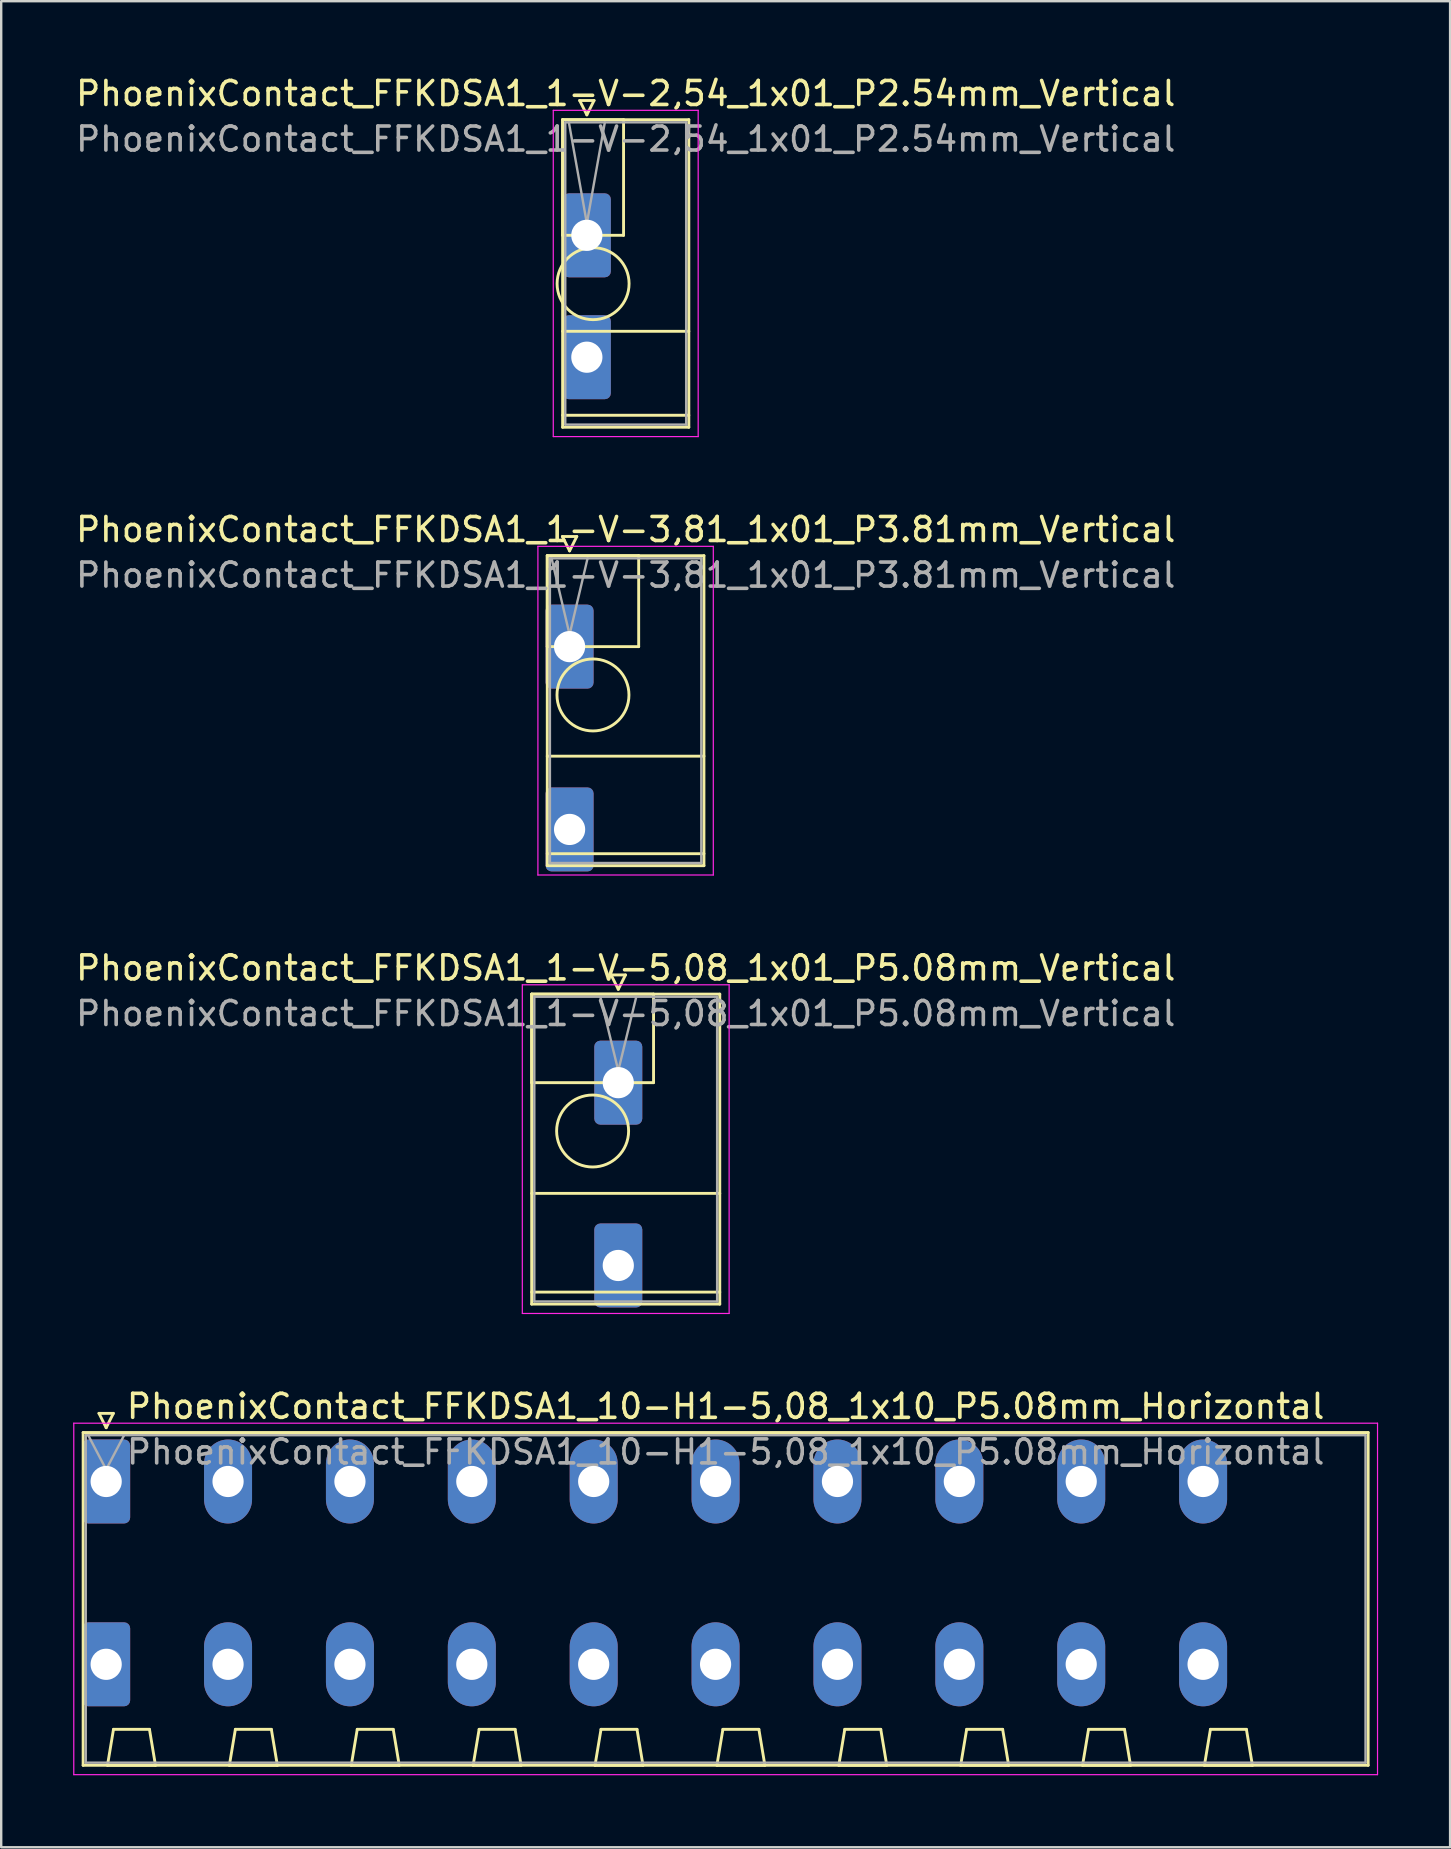
<source format=kicad_pcb>
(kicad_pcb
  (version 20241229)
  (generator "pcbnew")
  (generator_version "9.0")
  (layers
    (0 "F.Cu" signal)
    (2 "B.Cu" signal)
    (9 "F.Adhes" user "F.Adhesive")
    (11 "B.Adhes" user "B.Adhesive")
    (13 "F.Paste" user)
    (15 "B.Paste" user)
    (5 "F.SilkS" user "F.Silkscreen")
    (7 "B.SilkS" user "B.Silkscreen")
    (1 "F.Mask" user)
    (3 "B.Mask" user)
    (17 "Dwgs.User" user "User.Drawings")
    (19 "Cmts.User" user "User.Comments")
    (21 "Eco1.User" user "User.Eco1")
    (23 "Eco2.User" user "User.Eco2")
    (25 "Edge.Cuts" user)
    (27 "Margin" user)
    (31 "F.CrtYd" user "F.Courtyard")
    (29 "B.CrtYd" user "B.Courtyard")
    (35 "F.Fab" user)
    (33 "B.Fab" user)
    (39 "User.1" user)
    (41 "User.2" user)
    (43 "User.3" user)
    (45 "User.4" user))
  (footprint "PhoenixContact_FFKDSA1_1-V-3,81_1x01_P3.81mm_Vertical"
    (layer "F.Cu")
    (at 20.69 23.901)
    (property "Reference" "PhoenixContact_FFKDSA1_1-V-3,81_1x01_P3.81mm_Vertical" (at 2.34 -4.88 0) (layer "F.SilkS") (effects (font (size 1 1) (thickness 0.15))))
    (attr through_hole)
    (fp_line (start -0.93 -3.79) (end -0.93 0) (stroke (width 0.12) (type solid)) (layer "F.SilkS"))
    (fp_line (start -0.93 -3.79) (end -0.93 9.13) (stroke (width 0.12) (type solid)) (layer "F.SilkS"))
    (fp_line (start -0.93 0) (end 2.88 0) (stroke (width 0.12) (type solid)) (layer "F.SilkS"))
    (fp_line (start -0.93 4.565) (end 5.6 4.565) (stroke (width 0.12) (type solid)) (layer "F.SilkS"))
    (fp_line (start -0.93 8.63) (end 5.6 8.63) (stroke (width 0.12) (type solid)) (layer "F.SilkS"))
    (fp_line (start -0.93 9.13) (end 5.6 9.13) (stroke (width 0.12) (type solid)) (layer "F.SilkS"))
    (fp_line (start -0.3 -4.59) (end 0.3 -4.59) (stroke (width 0.12) (type solid)) (layer "F.SilkS"))
    (fp_line (start 0 -3.99) (end -0.3 -4.59) (stroke (width 0.12) (type solid)) (layer "F.SilkS"))
    (fp_line (start 0.3 -4.59) (end 0 -3.99) (stroke (width 0.12) (type solid)) (layer "F.SilkS"))
    (fp_line (start 2.88 -3.79) (end -0.93 -3.79) (stroke (width 0.12) (type solid)) (layer "F.SilkS"))
    (fp_line (start 2.88 0) (end 2.88 -3.79) (stroke (width 0.12) (type solid)) (layer "F.SilkS"))
    (fp_line (start 5.6 -3.79) (end -0.93 -3.79) (stroke (width 0.12) (type solid)) (layer "F.SilkS"))
    (fp_line (start 5.6 9.13) (end 5.6 -3.79) (stroke (width 0.12) (type solid)) (layer "F.SilkS"))
    (fp_circle (center 0.975 2.015) (end 2.475 2.015) (stroke (width 0.12) (type solid)) (fill no) (layer "F.SilkS"))
    (fp_line (start -1.32 -4.18) (end -1.32 9.52) (stroke (width 0.05) (type solid)) (layer "F.CrtYd"))
    (fp_line (start -1.32 9.52) (end 5.99 9.52) (stroke (width 0.05) (type solid)) (layer "F.CrtYd"))
    (fp_line (start 5.99 -4.18) (end -1.32 -4.18) (stroke (width 0.05) (type solid)) (layer "F.CrtYd"))
    (fp_line (start 5.99 9.52) (end 5.99 -4.18) (stroke (width 0.05) (type solid)) (layer "F.CrtYd"))
    (fp_line (start -0.82 -3.68) (end -0.82 9.02) (stroke (width 0.1) (type solid)) (layer "F.Fab"))
    (fp_line (start -0.82 9.02) (end 5.49 9.02) (stroke (width 0.1) (type solid)) (layer "F.Fab"))
    (fp_line (start 0 -0.5) (end -0.75 -3.68) (stroke (width 0.1) (type solid)) (layer "F.Fab"))
    (fp_line (start 0.75 -3.68) (end 0 -0.5) (stroke (width 0.1) (type solid)) (layer "F.Fab"))
    (fp_line (start 5.49 -3.68) (end -0.82 -3.68) (stroke (width 0.1) (type solid)) (layer "F.Fab"))
    (fp_line (start 5.49 9.02) (end 5.49 -3.68) (stroke (width 0.1) (type solid)) (layer "F.Fab"))
    (fp_text user "${REFERENCE}" (at 2.34 -2.98 0) (layer "F.Fab") (effects (font (size 1 1) (thickness 0.15))))
    (pad "1" thru_hole roundrect (at 0 0) (size 2 3.5) (drill 1.3) (layers "*.Cu" "*.Mask") (roundrect_rratio 0.125))
    (pad "1" thru_hole roundrect (at 0 7.62) (size 2 3.5) (drill 1.3) (layers "*.Cu" "*.Mask") (roundrect_rratio 0.125)))
  (footprint "PhoenixContact_FFKDSA1_10-H1-5,08_1x10_P5.08mm_Horizontal"
    (layer "F.Cu")
    (at 1.375 58.698)
    (property "Reference" "PhoenixContact_FFKDSA1_10-H1-5,08_1x10_P5.08mm_Horizontal" (at 25.82 -3.13 0) (layer "F.SilkS") (effects (font (size 1 1) (thickness 0.15))))
    (attr through_hole)
    (fp_line (start -0.96 -2.04) (end -0.96 11.83) (stroke (width 0.12) (type solid)) (layer "F.SilkS"))
    (fp_line (start -0.96 11.83) (end 52.6 11.83) (stroke (width 0.12) (type solid)) (layer "F.SilkS"))
    (fp_line (start -0.3 -2.84) (end 0.3 -2.84) (stroke (width 0.12) (type solid)) (layer "F.SilkS"))
    (fp_line (start 0 -2.24) (end -0.3 -2.84) (stroke (width 0.12) (type solid)) (layer "F.SilkS"))
    (fp_line (start 0.055 11.83) (end 2.055 11.83) (stroke (width 0.12) (type solid)) (layer "F.SilkS"))
    (fp_line (start 0.3 -2.84) (end 0 -2.24) (stroke (width 0.12) (type solid)) (layer "F.SilkS"))
    (fp_line (start 0.305 10.33) (end 0.055 11.83) (stroke (width 0.12) (type solid)) (layer "F.SilkS"))
    (fp_line (start 1.805 10.33) (end 0.305 10.33) (stroke (width 0.12) (type solid)) (layer "F.SilkS"))
    (fp_line (start 2.055 11.83) (end 1.805 10.33) (stroke (width 0.12) (type solid)) (layer "F.SilkS"))
    (fp_line (start 5.135 11.83) (end 7.135 11.83) (stroke (width 0.12) (type solid)) (layer "F.SilkS"))
    (fp_line (start 5.385 10.33) (end 5.135 11.83) (stroke (width 0.12) (type solid)) (layer "F.SilkS"))
    (fp_line (start 6.885 10.33) (end 5.385 10.33) (stroke (width 0.12) (type solid)) (layer "F.SilkS"))
    (fp_line (start 7.135 11.83) (end 6.885 10.33) (stroke (width 0.12) (type solid)) (layer "F.SilkS"))
    (fp_line (start 10.215 11.83) (end 12.215 11.83) (stroke (width 0.12) (type solid)) (layer "F.SilkS"))
    (fp_line (start 10.465 10.33) (end 10.215 11.83) (stroke (width 0.12) (type solid)) (layer "F.SilkS"))
    (fp_line (start 11.965 10.33) (end 10.465 10.33) (stroke (width 0.12) (type solid)) (layer "F.SilkS"))
    (fp_line (start 12.215 11.83) (end 11.965 10.33) (stroke (width 0.12) (type solid)) (layer "F.SilkS"))
    (fp_line (start 15.295 11.83) (end 17.295 11.83) (stroke (width 0.12) (type solid)) (layer "F.SilkS"))
    (fp_line (start 15.545 10.33) (end 15.295 11.83) (stroke (width 0.12) (type solid)) (layer "F.SilkS"))
    (fp_line (start 17.045 10.33) (end 15.545 10.33) (stroke (width 0.12) (type solid)) (layer "F.SilkS"))
    (fp_line (start 17.295 11.83) (end 17.045 10.33) (stroke (width 0.12) (type solid)) (layer "F.SilkS"))
    (fp_line (start 20.375 11.83) (end 22.375 11.83) (stroke (width 0.12) (type solid)) (layer "F.SilkS"))
    (fp_line (start 20.625 10.33) (end 20.375 11.83) (stroke (width 0.12) (type solid)) (layer "F.SilkS"))
    (fp_line (start 22.125 10.33) (end 20.625 10.33) (stroke (width 0.12) (type solid)) (layer "F.SilkS"))
    (fp_line (start 22.375 11.83) (end 22.125 10.33) (stroke (width 0.12) (type solid)) (layer "F.SilkS"))
    (fp_line (start 25.455 11.83) (end 27.455 11.83) (stroke (width 0.12) (type solid)) (layer "F.SilkS"))
    (fp_line (start 25.705 10.33) (end 25.455 11.83) (stroke (width 0.12) (type solid)) (layer "F.SilkS"))
    (fp_line (start 27.205 10.33) (end 25.705 10.33) (stroke (width 0.12) (type solid)) (layer "F.SilkS"))
    (fp_line (start 27.455 11.83) (end 27.205 10.33) (stroke (width 0.12) (type solid)) (layer "F.SilkS"))
    (fp_line (start 30.535 11.83) (end 32.535 11.83) (stroke (width 0.12) (type solid)) (layer "F.SilkS"))
    (fp_line (start 30.785 10.33) (end 30.535 11.83) (stroke (width 0.12) (type solid)) (layer "F.SilkS"))
    (fp_line (start 32.285 10.33) (end 30.785 10.33) (stroke (width 0.12) (type solid)) (layer "F.SilkS"))
    (fp_line (start 32.535 11.83) (end 32.285 10.33) (stroke (width 0.12) (type solid)) (layer "F.SilkS"))
    (fp_line (start 35.615 11.83) (end 37.615 11.83) (stroke (width 0.12) (type solid)) (layer "F.SilkS"))
    (fp_line (start 35.865 10.33) (end 35.615 11.83) (stroke (width 0.12) (type solid)) (layer "F.SilkS"))
    (fp_line (start 37.365 10.33) (end 35.865 10.33) (stroke (width 0.12) (type solid)) (layer "F.SilkS"))
    (fp_line (start 37.615 11.83) (end 37.365 10.33) (stroke (width 0.12) (type solid)) (layer "F.SilkS"))
    (fp_line (start 40.695 11.83) (end 42.695 11.83) (stroke (width 0.12) (type solid)) (layer "F.SilkS"))
    (fp_line (start 40.945 10.33) (end 40.695 11.83) (stroke (width 0.12) (type solid)) (layer "F.SilkS"))
    (fp_line (start 42.445 10.33) (end 40.945 10.33) (stroke (width 0.12) (type solid)) (layer "F.SilkS"))
    (fp_line (start 42.695 11.83) (end 42.445 10.33) (stroke (width 0.12) (type solid)) (layer "F.SilkS"))
    (fp_line (start 45.775 11.83) (end 47.775 11.83) (stroke (width 0.12) (type solid)) (layer "F.SilkS"))
    (fp_line (start 46.025 10.33) (end 45.775 11.83) (stroke (width 0.12) (type solid)) (layer "F.SilkS"))
    (fp_line (start 47.525 10.33) (end 46.025 10.33) (stroke (width 0.12) (type solid)) (layer "F.SilkS"))
    (fp_line (start 47.775 11.83) (end 47.525 10.33) (stroke (width 0.12) (type solid)) (layer "F.SilkS"))
    (fp_line (start 52.6 -2.04) (end -0.96 -2.04) (stroke (width 0.12) (type solid)) (layer "F.SilkS"))
    (fp_line (start 52.6 11.83) (end 52.6 -2.04) (stroke (width 0.12) (type solid)) (layer "F.SilkS"))
    (fp_line (start -1.35 -2.43) (end -1.35 12.22) (stroke (width 0.05) (type solid)) (layer "F.CrtYd"))
    (fp_line (start -1.35 12.22) (end 52.99 12.22) (stroke (width 0.05) (type solid)) (layer "F.CrtYd"))
    (fp_line (start 52.99 -2.43) (end -1.35 -2.43) (stroke (width 0.05) (type solid)) (layer "F.CrtYd"))
    (fp_line (start 52.99 12.22) (end 52.99 -2.43) (stroke (width 0.05) (type solid)) (layer "F.CrtYd"))
    (fp_line (start -0.85 -1.93) (end -0.85 11.72) (stroke (width 0.1) (type solid)) (layer "F.Fab"))
    (fp_line (start -0.85 11.72) (end 52.49 11.72) (stroke (width 0.1) (type solid)) (layer "F.Fab"))
    (fp_line (start 0 -0.5) (end -0.75 -1.93) (stroke (width 0.1) (type solid)) (layer "F.Fab"))
    (fp_line (start 0.75 -1.93) (end 0 -0.5) (stroke (width 0.1) (type solid)) (layer "F.Fab"))
    (fp_line (start 52.49 -1.93) (end -0.85 -1.93) (stroke (width 0.1) (type solid)) (layer "F.Fab"))
    (fp_line (start 52.49 11.72) (end 52.49 -1.93) (stroke (width 0.1) (type solid)) (layer "F.Fab"))
    (fp_text user "${REFERENCE}" (at 25.82 -1.23 0) (layer "F.Fab") (effects (font (size 1 1) (thickness 0.15))))
    (pad "1" thru_hole roundrect (at 0 0) (size 2 3.5) (drill 1.3) (layers "*.Cu" "*.Mask") (roundrect_rratio 0.125))
    (pad "1" thru_hole roundrect (at 0 7.62) (size 2 3.5) (drill 1.3) (layers "*.Cu" "*.Mask") (roundrect_rratio 0.125))
    (pad "2" thru_hole oval (at 5.08 0) (size 2 3.5) (drill 1.3) (layers "*.Cu" "*.Mask"))
    (pad "2" thru_hole oval (at 5.08 7.62) (size 2 3.5) (drill 1.3) (layers "*.Cu" "*.Mask"))
    (pad "3" thru_hole oval (at 10.16 0) (size 2 3.5) (drill 1.3) (layers "*.Cu" "*.Mask"))
    (pad "3" thru_hole oval (at 10.16 7.62) (size 2 3.5) (drill 1.3) (layers "*.Cu" "*.Mask"))
    (pad "4" thru_hole oval (at 15.24 0) (size 2 3.5) (drill 1.3) (layers "*.Cu" "*.Mask"))
    (pad "4" thru_hole oval (at 15.24 7.62) (size 2 3.5) (drill 1.3) (layers "*.Cu" "*.Mask"))
    (pad "5" thru_hole oval (at 20.32 0) (size 2 3.5) (drill 1.3) (layers "*.Cu" "*.Mask"))
    (pad "5" thru_hole oval (at 20.32 7.62) (size 2 3.5) (drill 1.3) (layers "*.Cu" "*.Mask"))
    (pad "6" thru_hole oval (at 25.4 0) (size 2 3.5) (drill 1.3) (layers "*.Cu" "*.Mask"))
    (pad "6" thru_hole oval (at 25.4 7.62) (size 2 3.5) (drill 1.3) (layers "*.Cu" "*.Mask"))
    (pad "7" thru_hole oval (at 30.48 0) (size 2 3.5) (drill 1.3) (layers "*.Cu" "*.Mask"))
    (pad "7" thru_hole oval (at 30.48 7.62) (size 2 3.5) (drill 1.3) (layers "*.Cu" "*.Mask"))
    (pad "8" thru_hole oval (at 35.56 0) (size 2 3.5) (drill 1.3) (layers "*.Cu" "*.Mask"))
    (pad "8" thru_hole oval (at 35.56 7.62) (size 2 3.5) (drill 1.3) (layers "*.Cu" "*.Mask"))
    (pad "9" thru_hole oval (at 40.64 0) (size 2 3.5) (drill 1.3) (layers "*.Cu" "*.Mask"))
    (pad "9" thru_hole oval (at 40.64 7.62) (size 2 3.5) (drill 1.3) (layers "*.Cu" "*.Mask"))
    (pad "10" thru_hole oval (at 45.72 0) (size 2 3.5) (drill 1.3) (layers "*.Cu" "*.Mask"))
    (pad "10" thru_hole oval (at 45.72 7.62) (size 2 3.5) (drill 1.3) (layers "*.Cu" "*.Mask")))
  (footprint "PhoenixContact_FFKDSA1_1-V-2,54_1x01_P2.54mm_Vertical"
    (layer "F.Cu")
    (at 21.41 6.758)
    (property "Reference" "PhoenixContact_FFKDSA1_1-V-2,54_1x01_P2.54mm_Vertical" (at 1.62 -5.91 0) (layer "F.SilkS") (effects (font (size 1 1) (thickness 0.15))))
    (attr through_hole)
    (fp_line (start -1.01 -4.82) (end -1.01 0) (stroke (width 0.12) (type solid)) (layer "F.SilkS"))
    (fp_line (start -1.01 -4.82) (end -1.01 8) (stroke (width 0.12) (type solid)) (layer "F.SilkS"))
    (fp_line (start -1.01 0) (end 1.53 0) (stroke (width 0.12) (type solid)) (layer "F.SilkS"))
    (fp_line (start -1.01 4) (end 4.25 4) (stroke (width 0.12) (type solid)) (layer "F.SilkS"))
    (fp_line (start -1.01 7.5) (end 4.25 7.5) (stroke (width 0.12) (type solid)) (layer "F.SilkS"))
    (fp_line (start -1.01 8) (end 4.25 8) (stroke (width 0.12) (type solid)) (layer "F.SilkS"))
    (fp_line (start -0.3 -5.62) (end 0.3 -5.62) (stroke (width 0.12) (type solid)) (layer "F.SilkS"))
    (fp_line (start 0 -5.02) (end -0.3 -5.62) (stroke (width 0.12) (type solid)) (layer "F.SilkS"))
    (fp_line (start 0.3 -5.62) (end 0 -5.02) (stroke (width 0.12) (type solid)) (layer "F.SilkS"))
    (fp_line (start 1.53 -4.82) (end -1.01 -4.82) (stroke (width 0.12) (type solid)) (layer "F.SilkS"))
    (fp_line (start 1.53 0) (end 1.53 -4.82) (stroke (width 0.12) (type solid)) (layer "F.SilkS"))
    (fp_line (start 4.25 -4.82) (end -1.01 -4.82) (stroke (width 0.12) (type solid)) (layer "F.SilkS"))
    (fp_line (start 4.25 8) (end 4.25 -4.82) (stroke (width 0.12) (type solid)) (layer "F.SilkS"))
    (fp_circle (center 0.26 2.015) (end 1.76 2.015) (stroke (width 0.12) (type solid)) (fill no) (layer "F.SilkS"))
    (fp_line (start -1.4 -5.21) (end -1.4 8.39) (stroke (width 0.05) (type solid)) (layer "F.CrtYd"))
    (fp_line (start -1.4 8.39) (end 4.64 8.39) (stroke (width 0.05) (type solid)) (layer "F.CrtYd"))
    (fp_line (start 4.64 -5.21) (end -1.4 -5.21) (stroke (width 0.05) (type solid)) (layer "F.CrtYd"))
    (fp_line (start 4.64 8.39) (end 4.64 -5.21) (stroke (width 0.05) (type solid)) (layer "F.CrtYd"))
    (fp_line (start -0.9 -4.71) (end -0.9 7.89) (stroke (width 0.1) (type solid)) (layer "F.Fab"))
    (fp_line (start -0.9 7.89) (end 4.14 7.89) (stroke (width 0.1) (type solid)) (layer "F.Fab"))
    (fp_line (start 0 -0.5) (end -0.75 -4.71) (stroke (width 0.1) (type solid)) (layer "F.Fab"))
    (fp_line (start 0.75 -4.71) (end 0 -0.5) (stroke (width 0.1) (type solid)) (layer "F.Fab"))
    (fp_line (start 4.14 -4.71) (end -0.9 -4.71) (stroke (width 0.1) (type solid)) (layer "F.Fab"))
    (fp_line (start 4.14 7.89) (end 4.14 -4.71) (stroke (width 0.1) (type solid)) (layer "F.Fab"))
    (fp_text user "${REFERENCE}" (at 1.62 -4.01 0) (layer "F.Fab") (effects (font (size 1 1) (thickness 0.15))))
    (pad "1" thru_hole roundrect (at 0 0) (size 2 3.5) (drill 1.3) (layers "*.Cu" "*.Mask") (roundrect_rratio 0.125))
    (pad "1" thru_hole roundrect (at 0 5.08) (size 2 3.5) (drill 1.3) (layers "*.Cu" "*.Mask") (roundrect_rratio 0.125)))
  (footprint "PhoenixContact_FFKDSA1_1-V-5,08_1x01_P5.08mm_Vertical"
    (layer "F.Cu")
    (at 22.72 42.075)
    (property "Reference" "PhoenixContact_FFKDSA1_1-V-5,08_1x01_P5.08mm_Vertical" (at 0.31 -4.78 0) (layer "F.SilkS") (effects (font (size 1 1) (thickness 0.15))))
    (attr through_hole)
    (fp_line (start -3.61 -3.69) (end -3.61 0) (stroke (width 0.12) (type solid)) (layer "F.SilkS"))
    (fp_line (start -3.61 -3.69) (end -3.61 9.23) (stroke (width 0.12) (type solid)) (layer "F.SilkS"))
    (fp_line (start -3.61 0) (end 1.47 0) (stroke (width 0.12) (type solid)) (layer "F.SilkS"))
    (fp_line (start -3.61 4.615) (end 4.23 4.615) (stroke (width 0.12) (type solid)) (layer "F.SilkS"))
    (fp_line (start -3.61 8.73) (end 4.23 8.73) (stroke (width 0.12) (type solid)) (layer "F.SilkS"))
    (fp_line (start -3.61 9.23) (end 4.23 9.23) (stroke (width 0.12) (type solid)) (layer "F.SilkS"))
    (fp_line (start -0.3 -4.49) (end 0.3 -4.49) (stroke (width 0.12) (type solid)) (layer "F.SilkS"))
    (fp_line (start 0 -3.89) (end -0.3 -4.49) (stroke (width 0.12) (type solid)) (layer "F.SilkS"))
    (fp_line (start 0.3 -4.49) (end 0 -3.89) (stroke (width 0.12) (type solid)) (layer "F.SilkS"))
    (fp_line (start 1.47 -3.69) (end -3.61 -3.69) (stroke (width 0.12) (type solid)) (layer "F.SilkS"))
    (fp_line (start 1.47 0) (end 1.47 -3.69) (stroke (width 0.12) (type solid)) (layer "F.SilkS"))
    (fp_line (start 4.23 -3.69) (end -3.61 -3.69) (stroke (width 0.12) (type solid)) (layer "F.SilkS"))
    (fp_line (start 4.23 9.23) (end 4.23 -3.69) (stroke (width 0.12) (type solid)) (layer "F.SilkS"))
    (fp_circle (center -1.07 2.015) (end 0.43 2.015) (stroke (width 0.12) (type solid)) (fill no) (layer "F.SilkS"))
    (fp_line (start -4 -4.08) (end -4 9.62) (stroke (width 0.05) (type solid)) (layer "F.CrtYd"))
    (fp_line (start -4 9.62) (end 4.62 9.62) (stroke (width 0.05) (type solid)) (layer "F.CrtYd"))
    (fp_line (start 4.62 -4.08) (end -4 -4.08) (stroke (width 0.05) (type solid)) (layer "F.CrtYd"))
    (fp_line (start 4.62 9.62) (end 4.62 -4.08) (stroke (width 0.05) (type solid)) (layer "F.CrtYd"))
    (fp_line (start -3.5 -3.58) (end -3.5 9.12) (stroke (width 0.1) (type solid)) (layer "F.Fab"))
    (fp_line (start -3.5 9.12) (end 4.12 9.12) (stroke (width 0.1) (type solid)) (layer "F.Fab"))
    (fp_line (start 0 -0.5) (end -0.75 -3.58) (stroke (width 0.1) (type solid)) (layer "F.Fab"))
    (fp_line (start 0.75 -3.58) (end 0 -0.5) (stroke (width 0.1) (type solid)) (layer "F.Fab"))
    (fp_line (start 4.12 -3.58) (end -3.5 -3.58) (stroke (width 0.1) (type solid)) (layer "F.Fab"))
    (fp_line (start 4.12 9.12) (end 4.12 -3.58) (stroke (width 0.1) (type solid)) (layer "F.Fab"))
    (fp_text user "${REFERENCE}" (at 0.31 -2.88 0) (layer "F.Fab") (effects (font (size 1 1) (thickness 0.15))))
    (pad "1" thru_hole roundrect (at 0 0) (size 2 3.5) (drill 1.3) (layers "*.Cu" "*.Mask") (roundrect_rratio 0.125))
    (pad "1" thru_hole roundrect (at 0 7.62) (size 2 3.5) (drill 1.3) (layers "*.Cu" "*.Mask") (roundrect_rratio 0.125)))
  (gr_rect
    (start -3 -3)
    (end 57.39 73.943)
    (stroke (width 0.1) (type default))
    (fill no)
    (layer "Edge.Cuts")))
</source>
